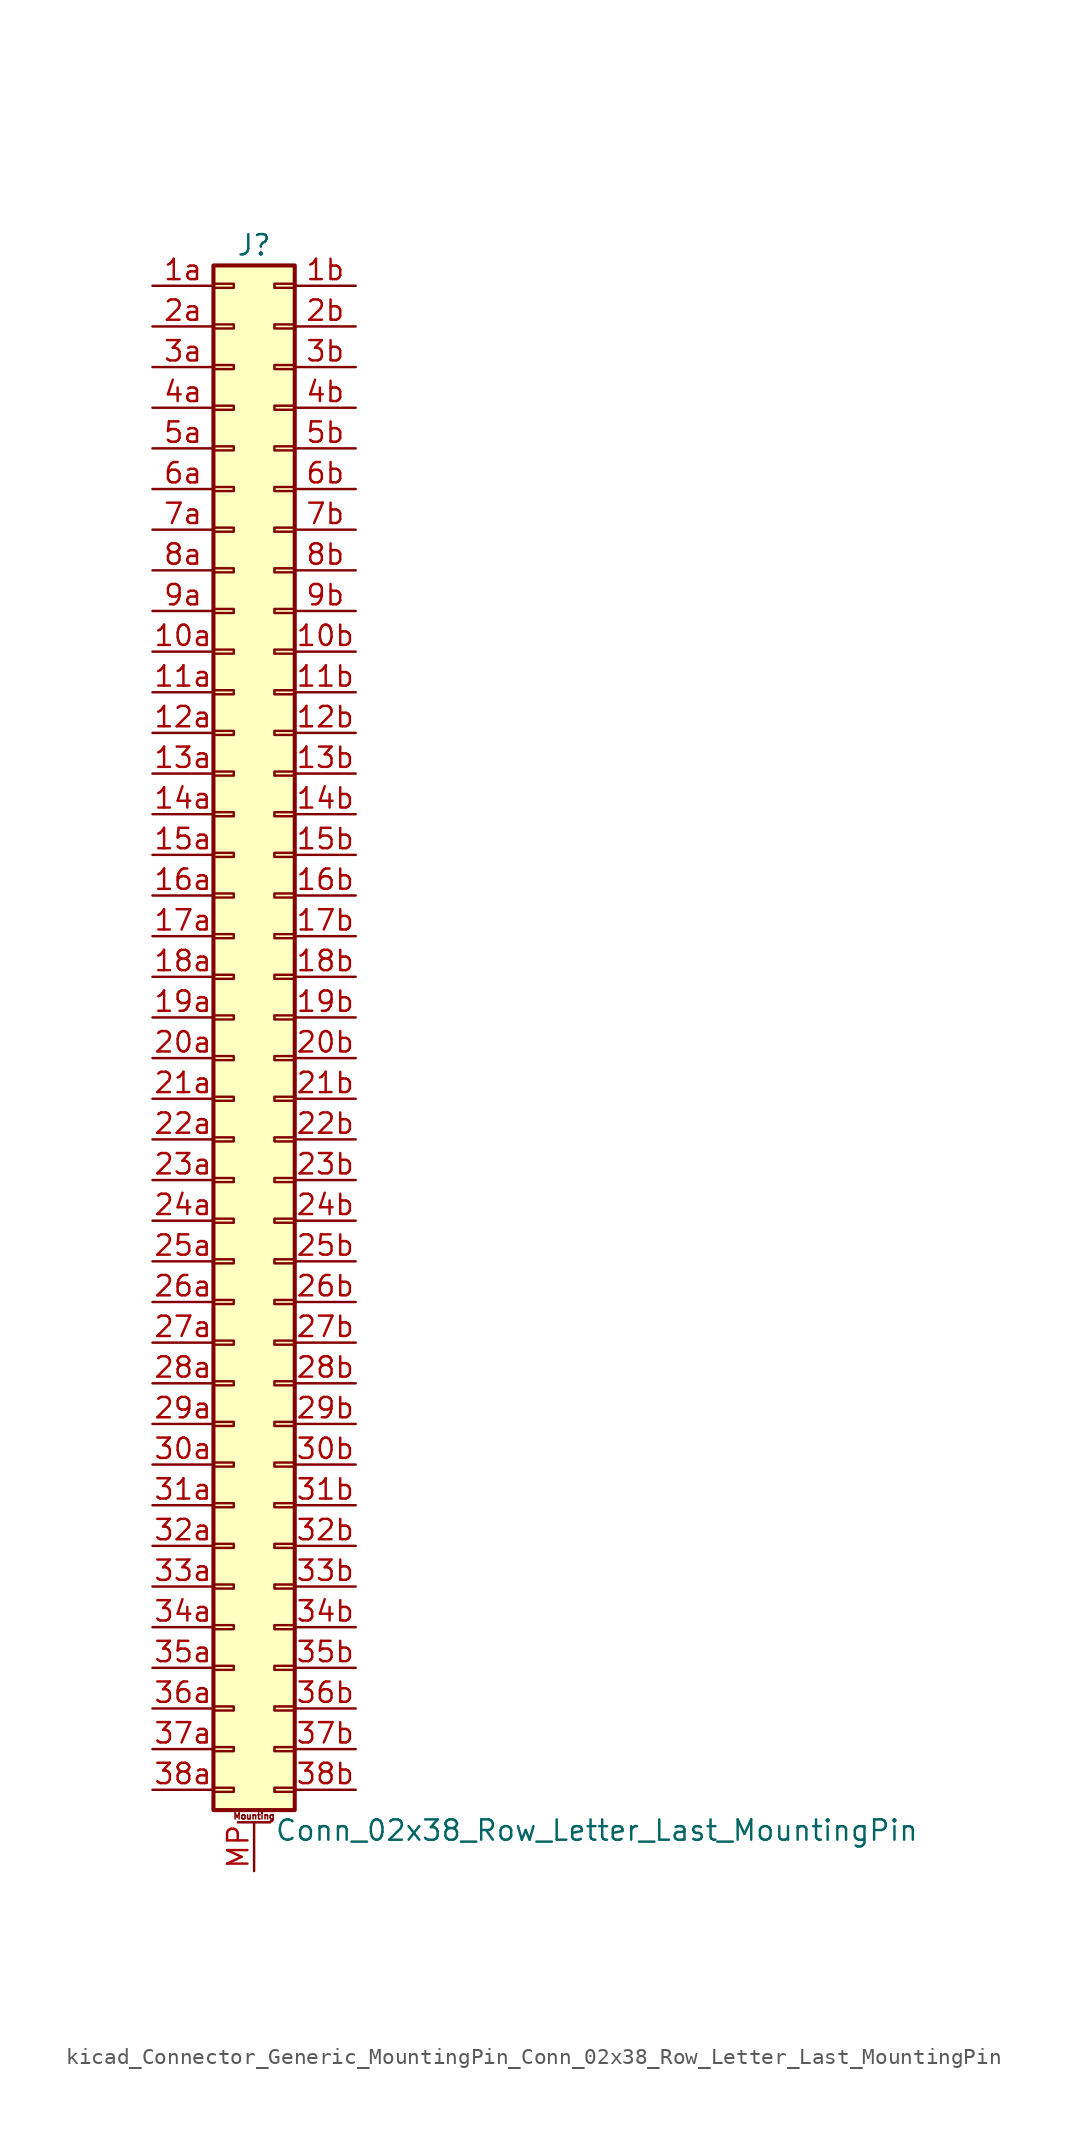
<source format=kicad_sym>
(kicad_symbol_lib
  (version 20220914)
  (generator kicad_symbol_editor)
  (symbol "kicad_Connector_Generic_MountingPin_Conn_02x38_Row_Letter_Last_MountingPin"
    (pin_names
      (offset 1.016) hide)
    (property "Reference" "J"
      (at 1.27 48.26 0)
      (effects (font (size 1.27 1.27))))
    (property "Value" "Conn_02x38_Row_Letter_Last_MountingPin"
      (at 2.54 -50.8 0)
      (effects (font (size 1.27 1.27)) (justify left)))
    (symbol "kicad_Connector_Generic_MountingPin_Conn_02x38_Row_Letter_Last_MountingPin_1_1"
      (rectangle (start -1.27 -48.133) (end 0 -48.387) (stroke (width 0.152) (type default)) (fill (type none)))
      (rectangle (start -1.27 -45.593) (end 0 -45.847) (stroke (width 0.152) (type default)) (fill (type none)))
      (rectangle (start -1.27 -43.053) (end 0 -43.307) (stroke (width 0.152) (type default)) (fill (type none)))
      (rectangle (start -1.27 -40.513) (end 0 -40.767) (stroke (width 0.152) (type default)) (fill (type none)))
      (rectangle (start -1.27 -37.973) (end 0 -38.227) (stroke (width 0.152) (type default)) (fill (type none)))
      (rectangle (start -1.27 -35.433) (end 0 -35.687) (stroke (width 0.152) (type default)) (fill (type none)))
      (rectangle (start -1.27 -32.893) (end 0 -33.147) (stroke (width 0.152) (type default)) (fill (type none)))
      (rectangle (start -1.27 -30.353) (end 0 -30.607) (stroke (width 0.152) (type default)) (fill (type none)))
      (rectangle (start -1.27 -27.813) (end 0 -28.067) (stroke (width 0.152) (type default)) (fill (type none)))
      (rectangle (start -1.27 -25.273) (end 0 -25.527) (stroke (width 0.152) (type default)) (fill (type none)))
      (rectangle (start -1.27 -22.733) (end 0 -22.987) (stroke (width 0.152) (type default)) (fill (type none)))
      (rectangle (start -1.27 -20.193) (end 0 -20.447) (stroke (width 0.152) (type default)) (fill (type none)))
      (rectangle (start -1.27 -17.653) (end 0 -17.907) (stroke (width 0.152) (type default)) (fill (type none)))
      (rectangle (start -1.27 -15.113) (end 0 -15.367) (stroke (width 0.152) (type default)) (fill (type none)))
      (rectangle (start -1.27 -12.573) (end 0 -12.827) (stroke (width 0.152) (type default)) (fill (type none)))
      (rectangle (start -1.27 -10.033) (end 0 -10.287) (stroke (width 0.152) (type default)) (fill (type none)))
      (rectangle (start -1.27 -7.493) (end 0 -7.747) (stroke (width 0.152) (type default)) (fill (type none)))
      (rectangle (start -1.27 -4.953) (end 0 -5.207) (stroke (width 0.152) (type default)) (fill (type none)))
      (rectangle (start -1.27 -2.413) (end 0 -2.667) (stroke (width 0.152) (type default)) (fill (type none)))
      (rectangle (start -1.27 0.127) (end 0 -0.127) (stroke (width 0.152) (type default)) (fill (type none)))
      (rectangle (start -1.27 2.667) (end 0 2.413) (stroke (width 0.152) (type default)) (fill (type none)))
      (rectangle (start -1.27 5.207) (end 0 4.953) (stroke (width 0.152) (type default)) (fill (type none)))
      (rectangle (start -1.27 7.747) (end 0 7.493) (stroke (width 0.152) (type default)) (fill (type none)))
      (rectangle (start -1.27 10.287) (end 0 10.033) (stroke (width 0.152) (type default)) (fill (type none)))
      (rectangle (start -1.27 12.827) (end 0 12.573) (stroke (width 0.152) (type default)) (fill (type none)))
      (rectangle (start -1.27 15.367) (end 0 15.113) (stroke (width 0.152) (type default)) (fill (type none)))
      (rectangle (start -1.27 17.907) (end 0 17.653) (stroke (width 0.152) (type default)) (fill (type none)))
      (rectangle (start -1.27 20.447) (end 0 20.193) (stroke (width 0.152) (type default)) (fill (type none)))
      (rectangle (start -1.27 22.987) (end 0 22.733) (stroke (width 0.152) (type default)) (fill (type none)))
      (rectangle (start -1.27 25.527) (end 0 25.273) (stroke (width 0.152) (type default)) (fill (type none)))
      (rectangle (start -1.27 28.067) (end 0 27.813) (stroke (width 0.152) (type default)) (fill (type none)))
      (rectangle (start -1.27 30.607) (end 0 30.353) (stroke (width 0.152) (type default)) (fill (type none)))
      (rectangle (start -1.27 33.147) (end 0 32.893) (stroke (width 0.152) (type default)) (fill (type none)))
      (rectangle (start -1.27 35.687) (end 0 35.433) (stroke (width 0.152) (type default)) (fill (type none)))
      (rectangle (start -1.27 38.227) (end 0 37.973) (stroke (width 0.152) (type default)) (fill (type none)))
      (rectangle (start -1.27 40.767) (end 0 40.513) (stroke (width 0.152) (type default)) (fill (type none)))
      (rectangle (start -1.27 43.307) (end 0 43.053) (stroke (width 0.152) (type default)) (fill (type none)))
      (rectangle (start -1.27 45.847) (end 0 45.593) (stroke (width 0.152) (type default)) (fill (type none)))
      (rectangle (start -1.27 46.99) (end 3.81 -49.53) (stroke (width 0.254) (type default)) (fill (type background)))
      (polyline (pts (xy 0.254 -50.292) (xy 2.286 -50.292)) (stroke (width 0.152) (type default)) (fill (type none)))
      (rectangle (start 3.81 -48.133) (end 2.54 -48.387) (stroke (width 0.152) (type default)) (fill (type none)))
      (rectangle (start 3.81 -45.593) (end 2.54 -45.847) (stroke (width 0.152) (type default)) (fill (type none)))
      (rectangle (start 3.81 -43.053) (end 2.54 -43.307) (stroke (width 0.152) (type default)) (fill (type none)))
      (rectangle (start 3.81 -40.513) (end 2.54 -40.767) (stroke (width 0.152) (type default)) (fill (type none)))
      (rectangle (start 3.81 -37.973) (end 2.54 -38.227) (stroke (width 0.152) (type default)) (fill (type none)))
      (rectangle (start 3.81 -35.433) (end 2.54 -35.687) (stroke (width 0.152) (type default)) (fill (type none)))
      (rectangle (start 3.81 -32.893) (end 2.54 -33.147) (stroke (width 0.152) (type default)) (fill (type none)))
      (rectangle (start 3.81 -30.353) (end 2.54 -30.607) (stroke (width 0.152) (type default)) (fill (type none)))
      (rectangle (start 3.81 -27.813) (end 2.54 -28.067) (stroke (width 0.152) (type default)) (fill (type none)))
      (rectangle (start 3.81 -25.273) (end 2.54 -25.527) (stroke (width 0.152) (type default)) (fill (type none)))
      (rectangle (start 3.81 -22.733) (end 2.54 -22.987) (stroke (width 0.152) (type default)) (fill (type none)))
      (rectangle (start 3.81 -20.193) (end 2.54 -20.447) (stroke (width 0.152) (type default)) (fill (type none)))
      (rectangle (start 3.81 -17.653) (end 2.54 -17.907) (stroke (width 0.152) (type default)) (fill (type none)))
      (rectangle (start 3.81 -15.113) (end 2.54 -15.367) (stroke (width 0.152) (type default)) (fill (type none)))
      (rectangle (start 3.81 -12.573) (end 2.54 -12.827) (stroke (width 0.152) (type default)) (fill (type none)))
      (rectangle (start 3.81 -10.033) (end 2.54 -10.287) (stroke (width 0.152) (type default)) (fill (type none)))
      (rectangle (start 3.81 -7.493) (end 2.54 -7.747) (stroke (width 0.152) (type default)) (fill (type none)))
      (rectangle (start 3.81 -4.953) (end 2.54 -5.207) (stroke (width 0.152) (type default)) (fill (type none)))
      (rectangle (start 3.81 -2.413) (end 2.54 -2.667) (stroke (width 0.152) (type default)) (fill (type none)))
      (rectangle (start 3.81 0.127) (end 2.54 -0.127) (stroke (width 0.152) (type default)) (fill (type none)))
      (rectangle (start 3.81 2.667) (end 2.54 2.413) (stroke (width 0.152) (type default)) (fill (type none)))
      (rectangle (start 3.81 5.207) (end 2.54 4.953) (stroke (width 0.152) (type default)) (fill (type none)))
      (rectangle (start 3.81 7.747) (end 2.54 7.493) (stroke (width 0.152) (type default)) (fill (type none)))
      (rectangle (start 3.81 10.287) (end 2.54 10.033) (stroke (width 0.152) (type default)) (fill (type none)))
      (rectangle (start 3.81 12.827) (end 2.54 12.573) (stroke (width 0.152) (type default)) (fill (type none)))
      (rectangle (start 3.81 15.367) (end 2.54 15.113) (stroke (width 0.152) (type default)) (fill (type none)))
      (rectangle (start 3.81 17.907) (end 2.54 17.653) (stroke (width 0.152) (type default)) (fill (type none)))
      (rectangle (start 3.81 20.447) (end 2.54 20.193) (stroke (width 0.152) (type default)) (fill (type none)))
      (rectangle (start 3.81 22.987) (end 2.54 22.733) (stroke (width 0.152) (type default)) (fill (type none)))
      (rectangle (start 3.81 25.527) (end 2.54 25.273) (stroke (width 0.152) (type default)) (fill (type none)))
      (rectangle (start 3.81 28.067) (end 2.54 27.813) (stroke (width 0.152) (type default)) (fill (type none)))
      (rectangle (start 3.81 30.607) (end 2.54 30.353) (stroke (width 0.152) (type default)) (fill (type none)))
      (rectangle (start 3.81 33.147) (end 2.54 32.893) (stroke (width 0.152) (type default)) (fill (type none)))
      (rectangle (start 3.81 35.687) (end 2.54 35.433) (stroke (width 0.152) (type default)) (fill (type none)))
      (rectangle (start 3.81 38.227) (end 2.54 37.973) (stroke (width 0.152) (type default)) (fill (type none)))
      (rectangle (start 3.81 40.767) (end 2.54 40.513) (stroke (width 0.152) (type default)) (fill (type none)))
      (rectangle (start 3.81 43.307) (end 2.54 43.053) (stroke (width 0.152) (type default)) (fill (type none)))
      (rectangle (start 3.81 45.847) (end 2.54 45.593) (stroke (width 0.152) (type default)) (fill (type none)))
      (text "Mounting" (at 1.27 -49.911 0) (effects (font (size 0.381 0.381))))
      (pin passive line (at -5.08 22.86 0) (length 3.81) (name "Pin_10a" (effects (font (size 1.27 1.27)))) (number "10a" (effects (font (size 1.27 1.27)))))
      (pin passive line (at 7.62 22.86 180) (length 3.81) (name "Pin_10b" (effects (font (size 1.27 1.27)))) (number "10b" (effects (font (size 1.27 1.27)))))
      (pin passive line (at -5.08 20.32 0) (length 3.81) (name "Pin_11a" (effects (font (size 1.27 1.27)))) (number "11a" (effects (font (size 1.27 1.27)))))
      (pin passive line (at 7.62 20.32 180) (length 3.81) (name "Pin_11b" (effects (font (size 1.27 1.27)))) (number "11b" (effects (font (size 1.27 1.27)))))
      (pin passive line (at -5.08 17.78 0) (length 3.81) (name "Pin_12a" (effects (font (size 1.27 1.27)))) (number "12a" (effects (font (size 1.27 1.27)))))
      (pin passive line (at 7.62 17.78 180) (length 3.81) (name "Pin_12b" (effects (font (size 1.27 1.27)))) (number "12b" (effects (font (size 1.27 1.27)))))
      (pin passive line (at -5.08 15.24 0) (length 3.81) (name "Pin_13a" (effects (font (size 1.27 1.27)))) (number "13a" (effects (font (size 1.27 1.27)))))
      (pin passive line (at 7.62 15.24 180) (length 3.81) (name "Pin_13b" (effects (font (size 1.27 1.27)))) (number "13b" (effects (font (size 1.27 1.27)))))
      (pin passive line (at -5.08 12.7 0) (length 3.81) (name "Pin_14a" (effects (font (size 1.27 1.27)))) (number "14a" (effects (font (size 1.27 1.27)))))
      (pin passive line (at 7.62 12.7 180) (length 3.81) (name "Pin_14b" (effects (font (size 1.27 1.27)))) (number "14b" (effects (font (size 1.27 1.27)))))
      (pin passive line (at -5.08 10.16 0) (length 3.81) (name "Pin_15a" (effects (font (size 1.27 1.27)))) (number "15a" (effects (font (size 1.27 1.27)))))
      (pin passive line (at 7.62 10.16 180) (length 3.81) (name "Pin_15b" (effects (font (size 1.27 1.27)))) (number "15b" (effects (font (size 1.27 1.27)))))
      (pin passive line (at -5.08 7.62 0) (length 3.81) (name "Pin_16a" (effects (font (size 1.27 1.27)))) (number "16a" (effects (font (size 1.27 1.27)))))
      (pin passive line (at 7.62 7.62 180) (length 3.81) (name "Pin_16b" (effects (font (size 1.27 1.27)))) (number "16b" (effects (font (size 1.27 1.27)))))
      (pin passive line (at -5.08 5.08 0) (length 3.81) (name "Pin_17a" (effects (font (size 1.27 1.27)))) (number "17a" (effects (font (size 1.27 1.27)))))
      (pin passive line (at 7.62 5.08 180) (length 3.81) (name "Pin_17b" (effects (font (size 1.27 1.27)))) (number "17b" (effects (font (size 1.27 1.27)))))
      (pin passive line (at -5.08 2.54 0) (length 3.81) (name "Pin_18a" (effects (font (size 1.27 1.27)))) (number "18a" (effects (font (size 1.27 1.27)))))
      (pin passive line (at 7.62 2.54 180) (length 3.81) (name "Pin_18b" (effects (font (size 1.27 1.27)))) (number "18b" (effects (font (size 1.27 1.27)))))
      (pin passive line (at -5.08 0 0) (length 3.81) (name "Pin_19a" (effects (font (size 1.27 1.27)))) (number "19a" (effects (font (size 1.27 1.27)))))
      (pin passive line (at 7.62 0 180) (length 3.81) (name "Pin_19b" (effects (font (size 1.27 1.27)))) (number "19b" (effects (font (size 1.27 1.27)))))
      (pin passive line (at -5.08 45.72 0) (length 3.81) (name "Pin_1a" (effects (font (size 1.27 1.27)))) (number "1a" (effects (font (size 1.27 1.27)))))
      (pin passive line (at 7.62 45.72 180) (length 3.81) (name "Pin_1b" (effects (font (size 1.27 1.27)))) (number "1b" (effects (font (size 1.27 1.27)))))
      (pin passive line (at -5.08 -2.54 0) (length 3.81) (name "Pin_20a" (effects (font (size 1.27 1.27)))) (number "20a" (effects (font (size 1.27 1.27)))))
      (pin passive line (at 7.62 -2.54 180) (length 3.81) (name "Pin_20b" (effects (font (size 1.27 1.27)))) (number "20b" (effects (font (size 1.27 1.27)))))
      (pin passive line (at -5.08 -5.08 0) (length 3.81) (name "Pin_21a" (effects (font (size 1.27 1.27)))) (number "21a" (effects (font (size 1.27 1.27)))))
      (pin passive line (at 7.62 -5.08 180) (length 3.81) (name "Pin_21b" (effects (font (size 1.27 1.27)))) (number "21b" (effects (font (size 1.27 1.27)))))
      (pin passive line (at -5.08 -7.62 0) (length 3.81) (name "Pin_22a" (effects (font (size 1.27 1.27)))) (number "22a" (effects (font (size 1.27 1.27)))))
      (pin passive line (at 7.62 -7.62 180) (length 3.81) (name "Pin_22b" (effects (font (size 1.27 1.27)))) (number "22b" (effects (font (size 1.27 1.27)))))
      (pin passive line (at -5.08 -10.16 0) (length 3.81) (name "Pin_23a" (effects (font (size 1.27 1.27)))) (number "23a" (effects (font (size 1.27 1.27)))))
      (pin passive line (at 7.62 -10.16 180) (length 3.81) (name "Pin_23b" (effects (font (size 1.27 1.27)))) (number "23b" (effects (font (size 1.27 1.27)))))
      (pin passive line (at -5.08 -12.7 0) (length 3.81) (name "Pin_24a" (effects (font (size 1.27 1.27)))) (number "24a" (effects (font (size 1.27 1.27)))))
      (pin passive line (at 7.62 -12.7 180) (length 3.81) (name "Pin_24b" (effects (font (size 1.27 1.27)))) (number "24b" (effects (font (size 1.27 1.27)))))
      (pin passive line (at -5.08 -15.24 0) (length 3.81) (name "Pin_25a" (effects (font (size 1.27 1.27)))) (number "25a" (effects (font (size 1.27 1.27)))))
      (pin passive line (at 7.62 -15.24 180) (length 3.81) (name "Pin_25b" (effects (font (size 1.27 1.27)))) (number "25b" (effects (font (size 1.27 1.27)))))
      (pin passive line (at -5.08 -17.78 0) (length 3.81) (name "Pin_26a" (effects (font (size 1.27 1.27)))) (number "26a" (effects (font (size 1.27 1.27)))))
      (pin passive line (at 7.62 -17.78 180) (length 3.81) (name "Pin_26b" (effects (font (size 1.27 1.27)))) (number "26b" (effects (font (size 1.27 1.27)))))
      (pin passive line (at -5.08 -20.32 0) (length 3.81) (name "Pin_27a" (effects (font (size 1.27 1.27)))) (number "27a" (effects (font (size 1.27 1.27)))))
      (pin passive line (at 7.62 -20.32 180) (length 3.81) (name "Pin_27b" (effects (font (size 1.27 1.27)))) (number "27b" (effects (font (size 1.27 1.27)))))
      (pin passive line (at -5.08 -22.86 0) (length 3.81) (name "Pin_28a" (effects (font (size 1.27 1.27)))) (number "28a" (effects (font (size 1.27 1.27)))))
      (pin passive line (at 7.62 -22.86 180) (length 3.81) (name "Pin_28b" (effects (font (size 1.27 1.27)))) (number "28b" (effects (font (size 1.27 1.27)))))
      (pin passive line (at -5.08 -25.4 0) (length 3.81) (name "Pin_29a" (effects (font (size 1.27 1.27)))) (number "29a" (effects (font (size 1.27 1.27)))))
      (pin passive line (at 7.62 -25.4 180) (length 3.81) (name "Pin_29b" (effects (font (size 1.27 1.27)))) (number "29b" (effects (font (size 1.27 1.27)))))
      (pin passive line (at -5.08 43.18 0) (length 3.81) (name "Pin_2a" (effects (font (size 1.27 1.27)))) (number "2a" (effects (font (size 1.27 1.27)))))
      (pin passive line (at 7.62 43.18 180) (length 3.81) (name "Pin_2b" (effects (font (size 1.27 1.27)))) (number "2b" (effects (font (size 1.27 1.27)))))
      (pin passive line (at -5.08 -27.94 0) (length 3.81) (name "Pin_30a" (effects (font (size 1.27 1.27)))) (number "30a" (effects (font (size 1.27 1.27)))))
      (pin passive line (at 7.62 -27.94 180) (length 3.81) (name "Pin_30b" (effects (font (size 1.27 1.27)))) (number "30b" (effects (font (size 1.27 1.27)))))
      (pin passive line (at -5.08 -30.48 0) (length 3.81) (name "Pin_31a" (effects (font (size 1.27 1.27)))) (number "31a" (effects (font (size 1.27 1.27)))))
      (pin passive line (at 7.62 -30.48 180) (length 3.81) (name "Pin_31b" (effects (font (size 1.27 1.27)))) (number "31b" (effects (font (size 1.27 1.27)))))
      (pin passive line (at -5.08 -33.02 0) (length 3.81) (name "Pin_32a" (effects (font (size 1.27 1.27)))) (number "32a" (effects (font (size 1.27 1.27)))))
      (pin passive line (at 7.62 -33.02 180) (length 3.81) (name "Pin_32b" (effects (font (size 1.27 1.27)))) (number "32b" (effects (font (size 1.27 1.27)))))
      (pin passive line (at -5.08 -35.56 0) (length 3.81) (name "Pin_33a" (effects (font (size 1.27 1.27)))) (number "33a" (effects (font (size 1.27 1.27)))))
      (pin passive line (at 7.62 -35.56 180) (length 3.81) (name "Pin_33b" (effects (font (size 1.27 1.27)))) (number "33b" (effects (font (size 1.27 1.27)))))
      (pin passive line (at -5.08 -38.1 0) (length 3.81) (name "Pin_34a" (effects (font (size 1.27 1.27)))) (number "34a" (effects (font (size 1.27 1.27)))))
      (pin passive line (at 7.62 -38.1 180) (length 3.81) (name "Pin_34b" (effects (font (size 1.27 1.27)))) (number "34b" (effects (font (size 1.27 1.27)))))
      (pin passive line (at -5.08 -40.64 0) (length 3.81) (name "Pin_35a" (effects (font (size 1.27 1.27)))) (number "35a" (effects (font (size 1.27 1.27)))))
      (pin passive line (at 7.62 -40.64 180) (length 3.81) (name "Pin_35b" (effects (font (size 1.27 1.27)))) (number "35b" (effects (font (size 1.27 1.27)))))
      (pin passive line (at -5.08 -43.18 0) (length 3.81) (name "Pin_36a" (effects (font (size 1.27 1.27)))) (number "36a" (effects (font (size 1.27 1.27)))))
      (pin passive line (at 7.62 -43.18 180) (length 3.81) (name "Pin_36b" (effects (font (size 1.27 1.27)))) (number "36b" (effects (font (size 1.27 1.27)))))
      (pin passive line (at -5.08 -45.72 0) (length 3.81) (name "Pin_37a" (effects (font (size 1.27 1.27)))) (number "37a" (effects (font (size 1.27 1.27)))))
      (pin passive line (at 7.62 -45.72 180) (length 3.81) (name "Pin_37b" (effects (font (size 1.27 1.27)))) (number "37b" (effects (font (size 1.27 1.27)))))
      (pin passive line (at -5.08 -48.26 0) (length 3.81) (name "Pin_38a" (effects (font (size 1.27 1.27)))) (number "38a" (effects (font (size 1.27 1.27)))))
      (pin passive line (at 7.62 -48.26 180) (length 3.81) (name "Pin_38b" (effects (font (size 1.27 1.27)))) (number "38b" (effects (font (size 1.27 1.27)))))
      (pin passive line (at -5.08 40.64 0) (length 3.81) (name "Pin_3a" (effects (font (size 1.27 1.27)))) (number "3a" (effects (font (size 1.27 1.27)))))
      (pin passive line (at 7.62 40.64 180) (length 3.81) (name "Pin_3b" (effects (font (size 1.27 1.27)))) (number "3b" (effects (font (size 1.27 1.27)))))
      (pin passive line (at -5.08 38.1 0) (length 3.81) (name "Pin_4a" (effects (font (size 1.27 1.27)))) (number "4a" (effects (font (size 1.27 1.27)))))
      (pin passive line (at 7.62 38.1 180) (length 3.81) (name "Pin_4b" (effects (font (size 1.27 1.27)))) (number "4b" (effects (font (size 1.27 1.27)))))
      (pin passive line (at -5.08 35.56 0) (length 3.81) (name "Pin_5a" (effects (font (size 1.27 1.27)))) (number "5a" (effects (font (size 1.27 1.27)))))
      (pin passive line (at 7.62 35.56 180) (length 3.81) (name "Pin_5b" (effects (font (size 1.27 1.27)))) (number "5b" (effects (font (size 1.27 1.27)))))
      (pin passive line (at -5.08 33.02 0) (length 3.81) (name "Pin_6a" (effects (font (size 1.27 1.27)))) (number "6a" (effects (font (size 1.27 1.27)))))
      (pin passive line (at 7.62 33.02 180) (length 3.81) (name "Pin_6b" (effects (font (size 1.27 1.27)))) (number "6b" (effects (font (size 1.27 1.27)))))
      (pin passive line (at -5.08 30.48 0) (length 3.81) (name "Pin_7a" (effects (font (size 1.27 1.27)))) (number "7a" (effects (font (size 1.27 1.27)))))
      (pin passive line (at 7.62 30.48 180) (length 3.81) (name "Pin_7b" (effects (font (size 1.27 1.27)))) (number "7b" (effects (font (size 1.27 1.27)))))
      (pin passive line (at -5.08 27.94 0) (length 3.81) (name "Pin_8a" (effects (font (size 1.27 1.27)))) (number "8a" (effects (font (size 1.27 1.27)))))
      (pin passive line (at 7.62 27.94 180) (length 3.81) (name "Pin_8b" (effects (font (size 1.27 1.27)))) (number "8b" (effects (font (size 1.27 1.27)))))
      (pin passive line (at -5.08 25.4 0) (length 3.81) (name "Pin_9a" (effects (font (size 1.27 1.27)))) (number "9a" (effects (font (size 1.27 1.27)))))
      (pin passive line (at 7.62 25.4 180) (length 3.81) (name "Pin_9b" (effects (font (size 1.27 1.27)))) (number "9b" (effects (font (size 1.27 1.27)))))
      (pin passive line (at 1.27 -53.34 90) (length 3.048) (name "MountPin" (effects (font (size 1.27 1.27)))) (number "MP" (effects (font (size 1.27 1.27))))))))
</source>
